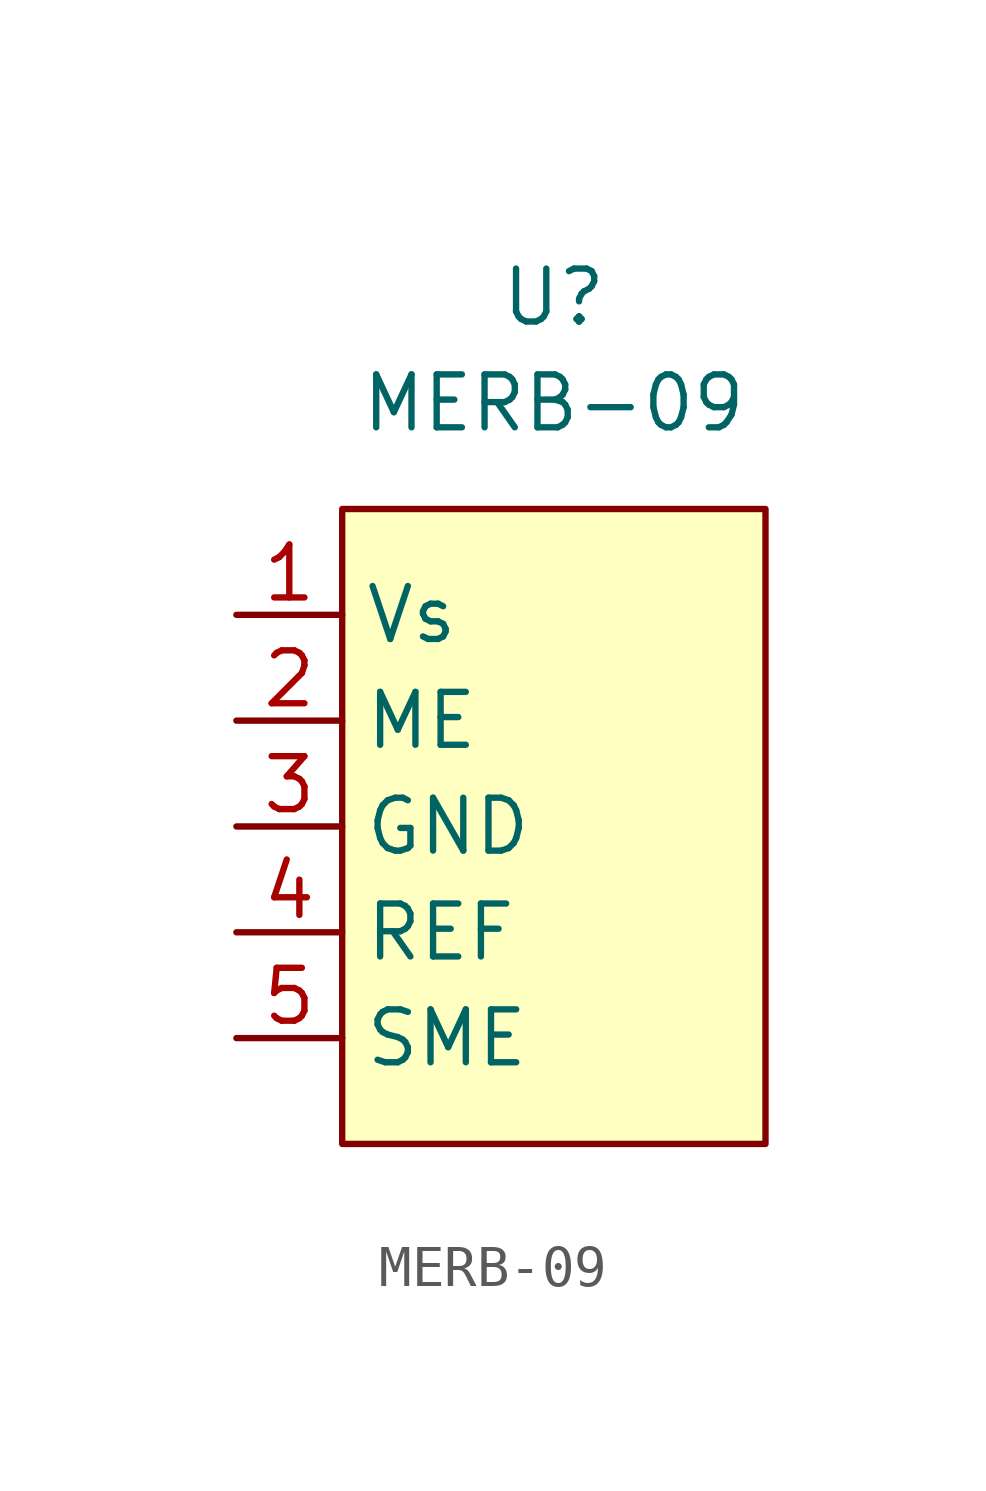
<source format=kicad_sym>
(kicad_symbol_lib
  (version 20231120)
  (generator "kicad_symbol_editor")
  (generator_version "8.0")
  (symbol "MERB-09"
    (property "Reference" "U"
      (at 0 7.62 0)
      (effects (font (size 1.27 1.27))))
    (property "Value" "MERB-09"
      (at 0 5.08 0)
      (effects (font (size 1.27 1.27))))
    (symbol "MERB-09_0_0"
      (pin power_in line (at -7.62 0 0) (length 2.54) (name "Vs" (effects (font (size 1.27 1.27)))) (number "1" (effects (font (size 1.27 1.27)))))
      (pin passive line (at -7.62 -2.54 0) (length 2.54) (name "ME" (effects (font (size 1.27 1.27)))) (number "2" (effects (font (size 1.27 1.27)))))
      (pin power_in line (at -7.62 -5.08 0) (length 2.54) (name "GND" (effects (font (size 1.27 1.27)))) (number "3" (effects (font (size 1.27 1.27)))))
      (pin passive line (at -7.62 -7.62 0) (length 2.54) (name "REF" (effects (font (size 1.27 1.27)))) (number "4" (effects (font (size 1.27 1.27)))))
      (pin passive line (at -7.62 -10.16 0) (length 2.54) (name "SME" (effects (font (size 1.27 1.27)))) (number "5" (effects (font (size 1.27 1.27))))))
    (symbol "MERB-09_0_1"
      (rectangle (start -5.08 2.54) (end 5.08 -12.7) (stroke (width 0) (type default)) (fill (type background))))))
</source>
